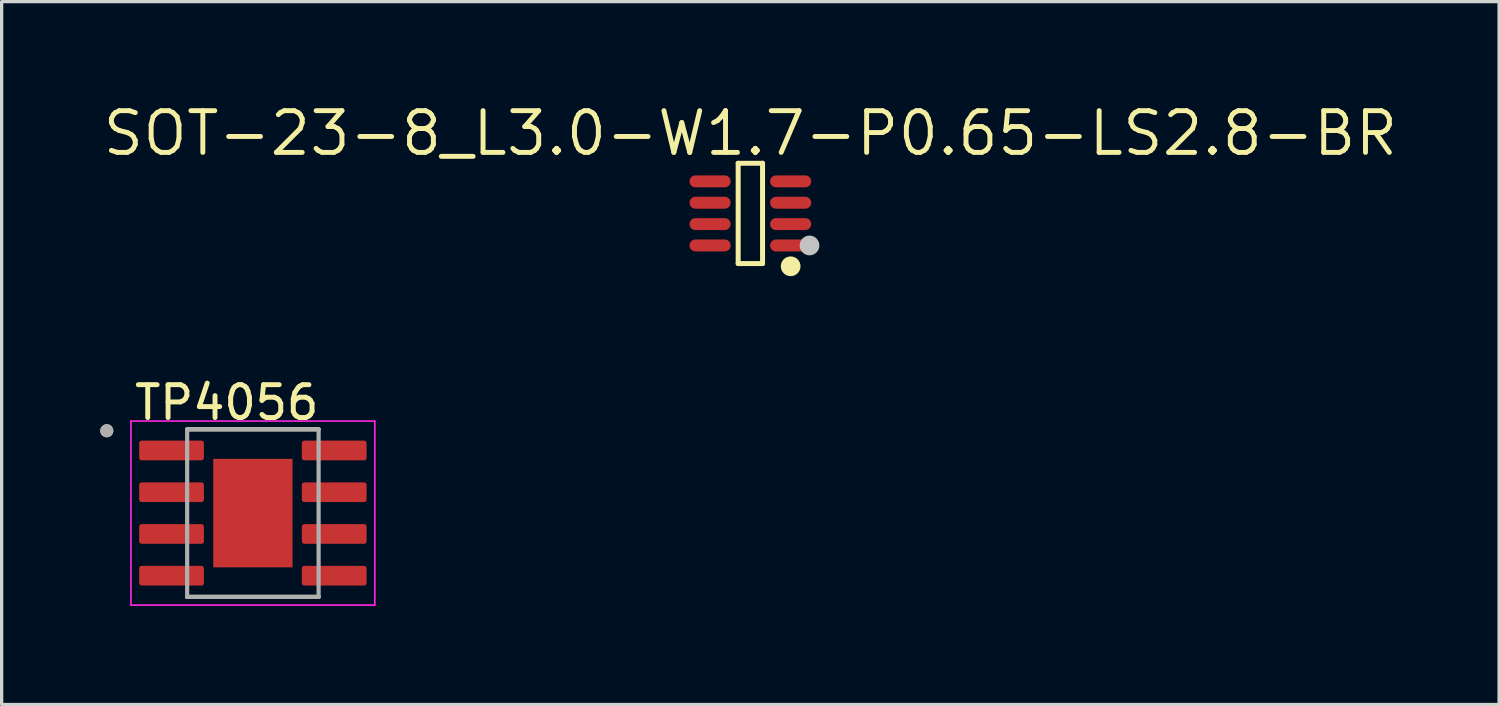
<source format=kicad_pcb>
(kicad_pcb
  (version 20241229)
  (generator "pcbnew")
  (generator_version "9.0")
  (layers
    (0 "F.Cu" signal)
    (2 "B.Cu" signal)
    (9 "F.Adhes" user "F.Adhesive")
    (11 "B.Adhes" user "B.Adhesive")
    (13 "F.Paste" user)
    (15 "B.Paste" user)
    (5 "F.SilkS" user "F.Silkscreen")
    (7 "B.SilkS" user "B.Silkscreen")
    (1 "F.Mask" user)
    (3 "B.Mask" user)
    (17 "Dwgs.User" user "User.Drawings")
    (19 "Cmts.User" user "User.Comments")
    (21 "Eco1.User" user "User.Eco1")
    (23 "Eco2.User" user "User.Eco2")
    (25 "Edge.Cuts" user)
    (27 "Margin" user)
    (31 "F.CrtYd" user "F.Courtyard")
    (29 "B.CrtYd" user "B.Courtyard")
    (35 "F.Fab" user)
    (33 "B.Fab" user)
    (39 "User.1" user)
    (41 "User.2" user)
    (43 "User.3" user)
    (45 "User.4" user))
  (footprint "TP4056"
    (layer "F.Cu")
    (at 4.645 12.563)
    (property "Reference" "TP4056" (at -0.795 -3.362 0) (layer "F.SilkS") (effects (font (size 1 1) (thickness 0.15))))
    (attr smd)
    (fp_line (start -2 -2.55) (end 2 -2.55) (stroke (width 0.127) (type solid)) (layer "F.SilkS"))
    (fp_line (start -2 2.55) (end 2 2.55) (stroke (width 0.127) (type solid)) (layer "F.SilkS"))
    (fp_circle (center -4.445 -2.505) (end -4.345 -2.505) (stroke (width 0.2) (type solid)) (fill no) (layer "F.SilkS"))
    (fp_poly (pts (xy -0.645 -0.82) (xy 0.645 -0.82) (xy 0.645 0.82) (xy -0.645 0.82)) (stroke (width 0.01) (type solid)) (fill yes) (layer "F.Paste"))
    (fp_line (start -3.71 -2.8) (end -3.71 2.8) (stroke (width 0.05) (type solid)) (layer "F.CrtYd"))
    (fp_line (start -3.71 -2.8) (end 3.71 -2.8) (stroke (width 0.05) (type solid)) (layer "F.CrtYd"))
    (fp_line (start -3.71 2.8) (end 3.71 2.8) (stroke (width 0.05) (type solid)) (layer "F.CrtYd"))
    (fp_line (start 3.71 -2.8) (end 3.71 2.8) (stroke (width 0.05) (type solid)) (layer "F.CrtYd"))
    (fp_line (start -2 -2.55) (end -2 2.55) (stroke (width 0.127) (type solid)) (layer "F.Fab"))
    (fp_line (start -2 -2.55) (end 2 -2.55) (stroke (width 0.127) (type solid)) (layer "F.Fab"))
    (fp_line (start -2 2.55) (end 2 2.55) (stroke (width 0.127) (type solid)) (layer "F.Fab"))
    (fp_line (start 2 -2.55) (end 2 2.55) (stroke (width 0.127) (type solid)) (layer "F.Fab"))
    (fp_circle (center -4.445 -2.505) (end -4.345 -2.505) (stroke (width 0.2) (type solid)) (fill no) (layer "F.Fab"))
    (pad "1" smd roundrect (at -2.475 -1.905) (size 1.97 0.6) (layers "F.Cu" "F.Mask" "F.Paste") (roundrect_rratio 0.125))
    (pad "2" smd roundrect (at -2.475 -0.635) (size 1.97 0.6) (layers "F.Cu" "F.Mask" "F.Paste") (roundrect_rratio 0.125))
    (pad "3" smd roundrect (at -2.475 0.635) (size 1.97 0.6) (layers "F.Cu" "F.Mask" "F.Paste") (roundrect_rratio 0.125))
    (pad "4" smd roundrect (at -2.475 1.905) (size 1.97 0.6) (layers "F.Cu" "F.Mask" "F.Paste") (roundrect_rratio 0.125))
    (pad "5" smd roundrect (at 2.475 1.905) (size 1.97 0.6) (layers "F.Cu" "F.Mask" "F.Paste") (roundrect_rratio 0.125))
    (pad "6" smd roundrect (at 2.475 0.635) (size 1.97 0.6) (layers "F.Cu" "F.Mask" "F.Paste") (roundrect_rratio 0.125))
    (pad "7" smd roundrect (at 2.475 -0.635) (size 1.97 0.6) (layers "F.Cu" "F.Mask" "F.Paste") (roundrect_rratio 0.125))
    (pad "8" smd roundrect (at 2.475 -1.905) (size 1.97 0.6) (layers "F.Cu" "F.Mask" "F.Paste") (roundrect_rratio 0.125))
    (pad "9" smd rect (at 0 0) (size 2.413 3.302) (layers "F.Cu" "F.Mask")))
  (footprint "SOT-23-8_L3.0-W1.7-P0.65-LS2.8-BR"
    (layer "F.Cu")
    (at 19.783 3.444)
    (property "Reference" "SOT-23-8_L3.0-W1.7-P0.65-LS2.8-BR" (at 0 -2.437 0) (layer "F.SilkS") (effects (font (size 1.27 1.27) (thickness 0.15))))
    (fp_line (start -0.371 -1.526) (end 0.371 -1.526) (stroke (width 0.152) (type default)) (layer "F.SilkS"))
    (fp_line (start -0.371 1.526) (end -0.371 -1.526) (stroke (width 0.152) (type default)) (layer "F.SilkS"))
    (fp_line (start 0.371 -1.526) (end 0.371 1.526) (stroke (width 0.152) (type default)) (layer "F.SilkS"))
    (fp_line (start 0.371 1.526) (end -0.371 1.526) (stroke (width 0.152) (type default)) (layer "F.SilkS"))
    (fp_circle (center 1.226 1.609) (end 1.376 1.609) (stroke (width 0.3) (type default)) (fill no) (layer "F.SilkS"))
    (fp_circle (center 1.8 0.975) (end 1.95 0.975) (stroke (width 0.3) (type default)) (fill no) (layer "Dwgs.User"))
    (fp_circle (center 1.4 1.45) (end 1.43 1.45) (stroke (width 0.06) (type default)) (fill no) (layer "User.5"))
    (pad "1" smd oval (at 1.226 0.975) (size 1.252 0.364) (layers "F.Cu" "F.Mask" "F.Paste"))
    (pad "2" smd oval (at 1.226 0.325) (size 1.252 0.364) (layers "F.Cu" "F.Mask" "F.Paste"))
    (pad "3" smd oval (at 1.226 -0.325) (size 1.252 0.364) (layers "F.Cu" "F.Mask" "F.Paste"))
    (pad "4" smd oval (at 1.226 -0.975) (size 1.252 0.364) (layers "F.Cu" "F.Mask" "F.Paste"))
    (pad "5" smd oval (at -1.226 -0.975) (size 1.252 0.364) (layers "F.Cu" "F.Mask" "F.Paste"))
    (pad "6" smd oval (at -1.226 -0.325) (size 1.252 0.364) (layers "F.Cu" "F.Mask" "F.Paste"))
    (pad "7" smd oval (at -1.226 0.325) (size 1.252 0.364) (layers "F.Cu" "F.Mask" "F.Paste"))
    (pad "8" smd oval (at -1.226 0.975) (size 1.252 0.364) (layers "F.Cu" "F.Mask" "F.Paste"))
    (zone (net_name "") (layer "User.3") (hatch edge 0.5) (priority 100) (connect_pads yes) (min_thickness 0) (filled_areas_thickness no) (fill yes) (polygon (pts (xy 20.583 4.894) (xy 18.983 4.894) (xy 18.983 1.994) (xy 20.583 1.994))) (filled_polygon (layer "User.3") (island) (pts (xy 20.583 4.894) (xy 18.983 4.894) (xy 18.983 1.994) (xy 20.583 1.994))))
    (zone (net_name "") (layer "User.4") (hatch edge 0.5) (priority 100) (connect_pads yes) (min_thickness 0) (filled_areas_thickness no) (fill yes) (polygon (pts (xy 18.383 2.619) (xy 18.833 2.619) (xy 18.833 2.319) (xy 18.383 2.319))) (filled_polygon (layer "User.4") (island) (pts (xy 18.383 2.619) (xy 18.833 2.619) (xy 18.833 2.319) (xy 18.383 2.319))))
    (zone (net_name "") (layer "User.4") (hatch edge 0.5) (priority 100) (connect_pads yes) (min_thickness 0) (filled_areas_thickness no) (fill yes) (polygon (pts (xy 18.383 3.269) (xy 18.833 3.269) (xy 18.833 2.969) (xy 18.383 2.969))) (filled_polygon (layer "User.4") (island) (pts (xy 18.383 3.269) (xy 18.833 3.269) (xy 18.833 2.969) (xy 18.383 2.969))))
    (zone (net_name "") (layer "User.4") (hatch edge 0.5) (priority 100) (connect_pads yes) (min_thickness 0) (filled_areas_thickness no) (fill yes) (polygon (pts (xy 18.383 3.919) (xy 18.833 3.919) (xy 18.833 3.619) (xy 18.383 3.619))) (filled_polygon (layer "User.4") (island) (pts (xy 18.383 3.919) (xy 18.833 3.919) (xy 18.833 3.619) (xy 18.383 3.619))))
    (zone (net_name "") (layer "User.4") (hatch edge 0.5) (priority 100) (connect_pads yes) (min_thickness 0) (filled_areas_thickness no) (fill yes) (polygon (pts (xy 18.383 4.569) (xy 18.833 4.569) (xy 18.833 4.269) (xy 18.383 4.269))) (filled_polygon (layer "User.4") (island) (pts (xy 18.383 4.569) (xy 18.833 4.569) (xy 18.833 4.269) (xy 18.383 4.269))))
    (zone (net_name "") (layer "User.4") (hatch edge 0.5) (priority 100) (connect_pads) (min_thickness 0) (filled_areas_thickness no) (keepout (tracks allowed) (vias allowed) (pads allowed) (copperpour not_allowed) (footprints allowed)) (placement (enabled no)) (fill) (polygon (pts (xy 18.823 2.619) (xy 18.993 2.619) (xy 18.993 2.319) (xy 18.823 2.319))))
    (zone (net_name "") (layer "User.4") (hatch edge 0.5) (priority 100) (connect_pads) (min_thickness 0) (filled_areas_thickness no) (keepout (tracks allowed) (vias allowed) (pads allowed) (copperpour not_allowed) (footprints allowed)) (placement (enabled no)) (fill) (polygon (pts (xy 18.823 3.269) (xy 18.993 3.269) (xy 18.993 2.969) (xy 18.823 2.969))))
    (zone (net_name "") (layer "User.4") (hatch edge 0.5) (priority 100) (connect_pads) (min_thickness 0) (filled_areas_thickness no) (keepout (tracks allowed) (vias allowed) (pads allowed) (copperpour not_allowed) (footprints allowed)) (placement (enabled no)) (fill) (polygon (pts (xy 18.823 3.919) (xy 18.993 3.919) (xy 18.993 3.619) (xy 18.823 3.619))))
    (zone (net_name "") (layer "User.4") (hatch edge 0.5) (priority 100) (connect_pads) (min_thickness 0) (filled_areas_thickness no) (keepout (tracks allowed) (vias allowed) (pads allowed) (copperpour not_allowed) (footprints allowed)) (placement (enabled no)) (fill) (polygon (pts (xy 18.823 4.569) (xy 18.993 4.569) (xy 18.993 4.269) (xy 18.823 4.269))))
    (zone (net_name "") (layer "User.4") (hatch edge 0.5) (priority 100) (connect_pads) (min_thickness 0) (filled_areas_thickness no) (keepout (tracks allowed) (vias allowed) (pads allowed) (copperpour not_allowed) (footprints allowed)) (placement (enabled no)) (fill) (polygon (pts (xy 20.743 2.619) (xy 20.573 2.619) (xy 20.573 2.319) (xy 20.743 2.319))))
    (zone (net_name "") (layer "User.4") (hatch edge 0.5) (priority 100) (connect_pads) (min_thickness 0) (filled_areas_thickness no) (keepout (tracks allowed) (vias allowed) (pads allowed) (copperpour not_allowed) (footprints allowed)) (placement (enabled no)) (fill) (polygon (pts (xy 20.743 3.269) (xy 20.573 3.269) (xy 20.573 2.969) (xy 20.743 2.969))))
    (zone (net_name "") (layer "User.4") (hatch edge 0.5) (priority 100) (connect_pads) (min_thickness 0) (filled_areas_thickness no) (keepout (tracks allowed) (vias allowed) (pads allowed) (copperpour not_allowed) (footprints allowed)) (placement (enabled no)) (fill) (polygon (pts (xy 20.743 3.919) (xy 20.573 3.919) (xy 20.573 3.619) (xy 20.743 3.619))))
    (zone (net_name "") (layer "User.4") (hatch edge 0.5) (priority 100) (connect_pads) (min_thickness 0) (filled_areas_thickness no) (keepout (tracks allowed) (vias allowed) (pads allowed) (copperpour not_allowed) (footprints allowed)) (placement (enabled no)) (fill) (polygon (pts (xy 20.743 4.569) (xy 20.573 4.569) (xy 20.573 4.269) (xy 20.743 4.269))))
    (zone (net_name "") (layer "User.4") (hatch edge 0.5) (priority 100) (connect_pads yes) (min_thickness 0) (filled_areas_thickness no) (fill yes) (polygon (pts (xy 21.183 2.619) (xy 20.733 2.619) (xy 20.733 2.319) (xy 21.183 2.319))) (filled_polygon (layer "User.4") (island) (pts (xy 21.183 2.619) (xy 20.733 2.619) (xy 20.733 2.319) (xy 21.183 2.319))))
    (zone (net_name "") (layer "User.4") (hatch edge 0.5) (priority 100) (connect_pads yes) (min_thickness 0) (filled_areas_thickness no) (fill yes) (polygon (pts (xy 21.183 3.269) (xy 20.733 3.269) (xy 20.733 2.969) (xy 21.183 2.969))) (filled_polygon (layer "User.4") (island) (pts (xy 21.183 3.269) (xy 20.733 3.269) (xy 20.733 2.969) (xy 21.183 2.969))))
    (zone (net_name "") (layer "User.4") (hatch edge 0.5) (priority 100) (connect_pads yes) (min_thickness 0) (filled_areas_thickness no) (fill yes) (polygon (pts (xy 21.183 3.919) (xy 20.733 3.919) (xy 20.733 3.619) (xy 21.183 3.619))) (filled_polygon (layer "User.4") (island) (pts (xy 21.183 3.919) (xy 20.733 3.919) (xy 20.733 3.619) (xy 21.183 3.619))))
    (zone (net_name "") (layer "User.4") (hatch edge 0.5) (priority 100) (connect_pads yes) (min_thickness 0) (filled_areas_thickness no) (fill yes) (polygon (pts (xy 21.183 4.569) (xy 20.733 4.569) (xy 20.733 4.269) (xy 21.183 4.269))) (filled_polygon (layer "User.4") (island) (pts (xy 21.183 4.569) (xy 20.733 4.569) (xy 20.733 4.269) (xy 21.183 4.269)))))
  (gr_rect
    (start -3 -3)
    (end 42.566 18.388)
    (stroke (width 0.1) (type default))
    (fill no)
    (layer "Edge.Cuts")))
</source>
